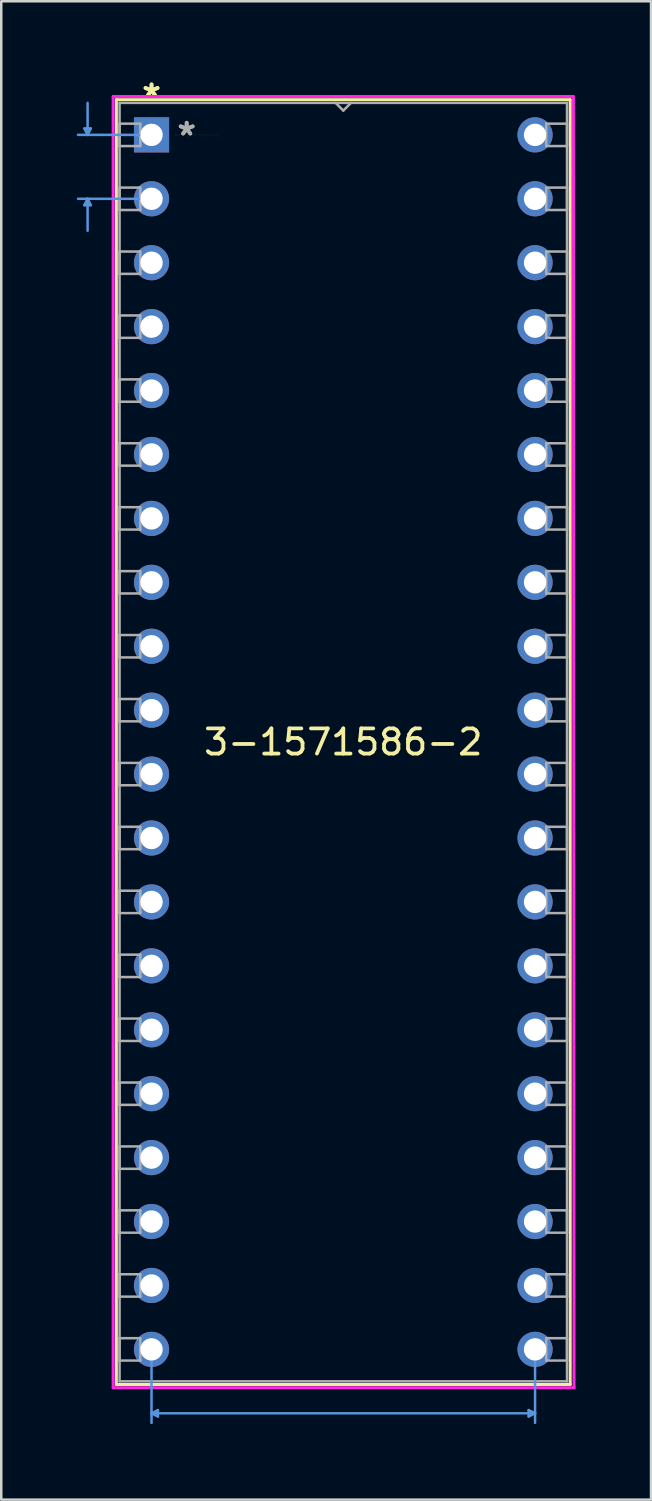
<source format=kicad_pcb>
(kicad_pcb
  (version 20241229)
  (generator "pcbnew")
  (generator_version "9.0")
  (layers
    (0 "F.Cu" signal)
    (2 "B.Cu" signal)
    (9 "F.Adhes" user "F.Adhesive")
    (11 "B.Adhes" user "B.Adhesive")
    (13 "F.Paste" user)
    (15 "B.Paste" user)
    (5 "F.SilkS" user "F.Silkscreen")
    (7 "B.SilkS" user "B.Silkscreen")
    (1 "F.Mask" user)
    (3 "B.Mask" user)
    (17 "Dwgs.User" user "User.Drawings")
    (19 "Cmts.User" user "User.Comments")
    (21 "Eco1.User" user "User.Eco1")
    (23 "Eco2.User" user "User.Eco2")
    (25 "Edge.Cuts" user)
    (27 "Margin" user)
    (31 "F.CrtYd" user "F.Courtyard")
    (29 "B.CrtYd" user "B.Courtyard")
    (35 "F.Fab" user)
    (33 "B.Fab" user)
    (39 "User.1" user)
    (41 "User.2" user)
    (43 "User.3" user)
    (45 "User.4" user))
  (footprint "3-1571586-2"
    (layer "F.Cu")
    (at 2.971 2.309)
    (property "Reference" "3-1571586-2" (at 7.62 24.13 0) (layer "F.SilkS") (effects (font (size 1 1) (thickness 0.15))))
    (attr through_hole)
    (fp_line (start -1.397 -1.397) (end -1.397 49.657) (stroke (width 0.12) (type solid)) (layer "F.SilkS"))
    (fp_line (start -1.397 49.657) (end 16.637 49.657) (stroke (width 0.12) (type solid)) (layer "F.SilkS"))
    (fp_line (start 16.637 -1.397) (end -1.397 -1.397) (stroke (width 0.12) (type solid)) (layer "F.SilkS"))
    (fp_line (start 16.637 49.657) (end 16.637 -1.397) (stroke (width 0.12) (type solid)) (layer "F.SilkS"))
    (fp_line (start -2.667 -0.254) (end -2.413 -0.254) (stroke (width 0.1) (type solid)) (layer "Cmts.User"))
    (fp_line (start -2.667 2.794) (end -2.413 2.794) (stroke (width 0.1) (type solid)) (layer "Cmts.User"))
    (fp_line (start -2.54 0) (end -2.667 -0.254) (stroke (width 0.1) (type solid)) (layer "Cmts.User"))
    (fp_line (start -2.54 0) (end -2.54 -1.27) (stroke (width 0.1) (type solid)) (layer "Cmts.User"))
    (fp_line (start -2.54 0) (end -2.413 -0.254) (stroke (width 0.1) (type solid)) (layer "Cmts.User"))
    (fp_line (start -2.54 2.54) (end -2.667 2.794) (stroke (width 0.1) (type solid)) (layer "Cmts.User"))
    (fp_line (start -2.54 2.54) (end -2.54 3.81) (stroke (width 0.1) (type solid)) (layer "Cmts.User"))
    (fp_line (start -2.54 2.54) (end -2.413 2.794) (stroke (width 0.1) (type solid)) (layer "Cmts.User"))
    (fp_line (start 0 0) (end -2.921 0) (stroke (width 0.1) (type solid)) (layer "Cmts.User"))
    (fp_line (start 0 2.54) (end -2.921 2.54) (stroke (width 0.1) (type solid)) (layer "Cmts.User"))
    (fp_line (start 0 48.26) (end 0 51.181) (stroke (width 0.1) (type solid)) (layer "Cmts.User"))
    (fp_line (start 0 50.8) (end 0.254 50.673) (stroke (width 0.1) (type solid)) (layer "Cmts.User"))
    (fp_line (start 0 50.8) (end 0.254 50.927) (stroke (width 0.1) (type solid)) (layer "Cmts.User"))
    (fp_line (start 0 50.8) (end 15.24 50.8) (stroke (width 0.1) (type solid)) (layer "Cmts.User"))
    (fp_line (start 0.254 50.673) (end 0.254 50.927) (stroke (width 0.1) (type solid)) (layer "Cmts.User"))
    (fp_line (start 14.986 50.673) (end 14.986 50.927) (stroke (width 0.1) (type solid)) (layer "Cmts.User"))
    (fp_line (start 15.24 48.26) (end 15.24 51.181) (stroke (width 0.1) (type solid)) (layer "Cmts.User"))
    (fp_line (start 15.24 50.8) (end 14.986 50.673) (stroke (width 0.1) (type solid)) (layer "Cmts.User"))
    (fp_line (start 15.24 50.8) (end 14.986 50.927) (stroke (width 0.1) (type solid)) (layer "Cmts.User"))
    (fp_line (start -1.524 -1.524) (end 16.764 -1.524) (stroke (width 0.12) (type solid)) (layer "F.CrtYd"))
    (fp_line (start -1.524 49.784) (end -1.524 -1.524) (stroke (width 0.12) (type solid)) (layer "F.CrtYd"))
    (fp_line (start 16.764 -1.524) (end 16.789 49.784) (stroke (width 0.12) (type solid)) (layer "F.CrtYd"))
    (fp_line (start 16.789 49.784) (end -1.524 49.784) (stroke (width 0.12) (type solid)) (layer "F.CrtYd"))
    (fp_line (start -1.27 -1.27) (end -1.27 49.53) (stroke (width 0.1) (type solid)) (layer "F.Fab"))
    (fp_line (start -1.27 -0.445) (end -0.445 -0.445) (stroke (width 0.1) (type solid)) (layer "F.Fab"))
    (fp_line (start -1.27 0.445) (end -1.27 -0.445) (stroke (width 0.1) (type solid)) (layer "F.Fab"))
    (fp_line (start -1.27 2.095) (end -0.445 2.095) (stroke (width 0.1) (type solid)) (layer "F.Fab"))
    (fp_line (start -1.27 2.985) (end -1.27 2.095) (stroke (width 0.1) (type solid)) (layer "F.Fab"))
    (fp_line (start -1.27 4.636) (end -0.445 4.636) (stroke (width 0.1) (type solid)) (layer "F.Fab"))
    (fp_line (start -1.27 5.524) (end -1.27 4.636) (stroke (width 0.1) (type solid)) (layer "F.Fab"))
    (fp_line (start -1.27 7.176) (end -0.445 7.176) (stroke (width 0.1) (type solid)) (layer "F.Fab"))
    (fp_line (start -1.27 8.065) (end -1.27 7.176) (stroke (width 0.1) (type solid)) (layer "F.Fab"))
    (fp_line (start -1.27 9.716) (end -0.445 9.716) (stroke (width 0.1) (type solid)) (layer "F.Fab"))
    (fp_line (start -1.27 10.604) (end -1.27 9.716) (stroke (width 0.1) (type solid)) (layer "F.Fab"))
    (fp_line (start -1.27 12.255) (end -0.445 12.255) (stroke (width 0.1) (type solid)) (layer "F.Fab"))
    (fp_line (start -1.27 13.145) (end -1.27 12.255) (stroke (width 0.1) (type solid)) (layer "F.Fab"))
    (fp_line (start -1.27 14.796) (end -0.445 14.796) (stroke (width 0.1) (type solid)) (layer "F.Fab"))
    (fp_line (start -1.27 15.684) (end -1.27 14.796) (stroke (width 0.1) (type solid)) (layer "F.Fab"))
    (fp_line (start -1.27 17.335) (end -0.445 17.335) (stroke (width 0.1) (type solid)) (layer "F.Fab"))
    (fp_line (start -1.27 18.224) (end -1.27 17.335) (stroke (width 0.1) (type solid)) (layer "F.Fab"))
    (fp_line (start -1.27 19.875) (end -0.445 19.875) (stroke (width 0.1) (type solid)) (layer "F.Fab"))
    (fp_line (start -1.27 20.765) (end -1.27 19.875) (stroke (width 0.1) (type solid)) (layer "F.Fab"))
    (fp_line (start -1.27 22.416) (end -0.445 22.416) (stroke (width 0.1) (type solid)) (layer "F.Fab"))
    (fp_line (start -1.27 23.305) (end -1.27 22.416) (stroke (width 0.1) (type solid)) (layer "F.Fab"))
    (fp_line (start -1.27 24.956) (end -0.445 24.956) (stroke (width 0.1) (type solid)) (layer "F.Fab"))
    (fp_line (start -1.27 25.845) (end -1.27 24.956) (stroke (width 0.1) (type solid)) (layer "F.Fab"))
    (fp_line (start -1.27 27.495) (end -0.445 27.495) (stroke (width 0.1) (type solid)) (layer "F.Fab"))
    (fp_line (start -1.27 28.384) (end -1.27 27.495) (stroke (width 0.1) (type solid)) (layer "F.Fab"))
    (fp_line (start -1.27 30.035) (end -0.445 30.035) (stroke (width 0.1) (type solid)) (layer "F.Fab"))
    (fp_line (start -1.27 30.924) (end -1.27 30.035) (stroke (width 0.1) (type solid)) (layer "F.Fab"))
    (fp_line (start -1.27 32.575) (end -0.445 32.575) (stroke (width 0.1) (type solid)) (layer "F.Fab"))
    (fp_line (start -1.27 33.465) (end -1.27 32.575) (stroke (width 0.1) (type solid)) (layer "F.Fab"))
    (fp_line (start -1.27 35.115) (end -0.445 35.115) (stroke (width 0.1) (type solid)) (layer "F.Fab"))
    (fp_line (start -1.27 36.005) (end -1.27 35.115) (stroke (width 0.1) (type solid)) (layer "F.Fab"))
    (fp_line (start -1.27 37.656) (end -0.445 37.656) (stroke (width 0.1) (type solid)) (layer "F.Fab"))
    (fp_line (start -1.27 38.544) (end -1.27 37.656) (stroke (width 0.1) (type solid)) (layer "F.Fab"))
    (fp_line (start -1.27 40.196) (end -0.445 40.196) (stroke (width 0.1) (type solid)) (layer "F.Fab"))
    (fp_line (start -1.27 41.084) (end -1.27 40.196) (stroke (width 0.1) (type solid)) (layer "F.Fab"))
    (fp_line (start -1.27 42.736) (end -0.445 42.736) (stroke (width 0.1) (type solid)) (layer "F.Fab"))
    (fp_line (start -1.27 43.624) (end -1.27 42.736) (stroke (width 0.1) (type solid)) (layer "F.Fab"))
    (fp_line (start -1.27 45.276) (end -0.445 45.276) (stroke (width 0.1) (type solid)) (layer "F.Fab"))
    (fp_line (start -1.27 46.164) (end -1.27 45.276) (stroke (width 0.1) (type solid)) (layer "F.Fab"))
    (fp_line (start -1.27 47.816) (end -0.445 47.816) (stroke (width 0.1) (type solid)) (layer "F.Fab"))
    (fp_line (start -1.27 48.705) (end -1.27 47.816) (stroke (width 0.1) (type solid)) (layer "F.Fab"))
    (fp_line (start -1.27 49.53) (end 16.51 49.53) (stroke (width 0.1) (type solid)) (layer "F.Fab"))
    (fp_line (start -0.445 -0.445) (end -0.445 0.445) (stroke (width 0.1) (type solid)) (layer "F.Fab"))
    (fp_line (start -0.445 0.445) (end -1.27 0.445) (stroke (width 0.1) (type solid)) (layer "F.Fab"))
    (fp_line (start -0.445 2.095) (end -0.445 2.985) (stroke (width 0.1) (type solid)) (layer "F.Fab"))
    (fp_line (start -0.445 2.985) (end -1.27 2.985) (stroke (width 0.1) (type solid)) (layer "F.Fab"))
    (fp_line (start -0.445 4.636) (end -0.445 5.524) (stroke (width 0.1) (type solid)) (layer "F.Fab"))
    (fp_line (start -0.445 5.524) (end -1.27 5.524) (stroke (width 0.1) (type solid)) (layer "F.Fab"))
    (fp_line (start -0.445 7.176) (end -0.445 8.065) (stroke (width 0.1) (type solid)) (layer "F.Fab"))
    (fp_line (start -0.445 8.065) (end -1.27 8.065) (stroke (width 0.1) (type solid)) (layer "F.Fab"))
    (fp_line (start -0.445 9.716) (end -0.445 10.604) (stroke (width 0.1) (type solid)) (layer "F.Fab"))
    (fp_line (start -0.445 10.604) (end -1.27 10.604) (stroke (width 0.1) (type solid)) (layer "F.Fab"))
    (fp_line (start -0.445 12.255) (end -0.445 13.145) (stroke (width 0.1) (type solid)) (layer "F.Fab"))
    (fp_line (start -0.445 13.145) (end -1.27 13.145) (stroke (width 0.1) (type solid)) (layer "F.Fab"))
    (fp_line (start -0.445 14.796) (end -0.445 15.684) (stroke (width 0.1) (type solid)) (layer "F.Fab"))
    (fp_line (start -0.445 15.684) (end -1.27 15.684) (stroke (width 0.1) (type solid)) (layer "F.Fab"))
    (fp_line (start -0.445 17.335) (end -0.445 18.224) (stroke (width 0.1) (type solid)) (layer "F.Fab"))
    (fp_line (start -0.445 18.224) (end -1.27 18.224) (stroke (width 0.1) (type solid)) (layer "F.Fab"))
    (fp_line (start -0.445 19.875) (end -0.445 20.765) (stroke (width 0.1) (type solid)) (layer "F.Fab"))
    (fp_line (start -0.445 20.765) (end -1.27 20.765) (stroke (width 0.1) (type solid)) (layer "F.Fab"))
    (fp_line (start -0.445 22.416) (end -0.445 23.305) (stroke (width 0.1) (type solid)) (layer "F.Fab"))
    (fp_line (start -0.445 23.305) (end -1.27 23.305) (stroke (width 0.1) (type solid)) (layer "F.Fab"))
    (fp_line (start -0.445 24.956) (end -0.445 25.845) (stroke (width 0.1) (type solid)) (layer "F.Fab"))
    (fp_line (start -0.445 25.845) (end -1.27 25.845) (stroke (width 0.1) (type solid)) (layer "F.Fab"))
    (fp_line (start -0.445 27.495) (end -0.445 28.384) (stroke (width 0.1) (type solid)) (layer "F.Fab"))
    (fp_line (start -0.445 28.384) (end -1.27 28.384) (stroke (width 0.1) (type solid)) (layer "F.Fab"))
    (fp_line (start -0.445 30.035) (end -0.445 30.924) (stroke (width 0.1) (type solid)) (layer "F.Fab"))
    (fp_line (start -0.445 30.924) (end -1.27 30.924) (stroke (width 0.1) (type solid)) (layer "F.Fab"))
    (fp_line (start -0.445 32.575) (end -0.445 33.465) (stroke (width 0.1) (type solid)) (layer "F.Fab"))
    (fp_line (start -0.445 33.465) (end -1.27 33.465) (stroke (width 0.1) (type solid)) (layer "F.Fab"))
    (fp_line (start -0.445 35.115) (end -0.445 36.005) (stroke (width 0.1) (type solid)) (layer "F.Fab"))
    (fp_line (start -0.445 36.005) (end -1.27 36.005) (stroke (width 0.1) (type solid)) (layer "F.Fab"))
    (fp_line (start -0.445 37.656) (end -0.445 38.544) (stroke (width 0.1) (type solid)) (layer "F.Fab"))
    (fp_line (start -0.445 38.544) (end -1.27 38.544) (stroke (width 0.1) (type solid)) (layer "F.Fab"))
    (fp_line (start -0.445 40.196) (end -0.445 41.084) (stroke (width 0.1) (type solid)) (layer "F.Fab"))
    (fp_line (start -0.445 41.084) (end -1.27 41.084) (stroke (width 0.1) (type solid)) (layer "F.Fab"))
    (fp_line (start -0.445 42.736) (end -0.445 43.624) (stroke (width 0.1) (type solid)) (layer "F.Fab"))
    (fp_line (start -0.445 43.624) (end -1.27 43.624) (stroke (width 0.1) (type solid)) (layer "F.Fab"))
    (fp_line (start -0.445 45.276) (end -0.445 46.164) (stroke (width 0.1) (type solid)) (layer "F.Fab"))
    (fp_line (start -0.445 46.164) (end -1.27 46.164) (stroke (width 0.1) (type solid)) (layer "F.Fab"))
    (fp_line (start -0.445 47.816) (end -0.445 48.705) (stroke (width 0.1) (type solid)) (layer "F.Fab"))
    (fp_line (start -0.445 48.705) (end -1.27 48.705) (stroke (width 0.1) (type solid)) (layer "F.Fab"))
    (fp_line (start 7.315 -1.27) (end 7.62 -0.965) (stroke (width 0.1) (type solid)) (layer "F.Fab"))
    (fp_line (start 7.62 -0.965) (end 7.925 -1.27) (stroke (width 0.1) (type solid)) (layer "F.Fab"))
    (fp_line (start 15.684 -0.445) (end 16.51 -0.445) (stroke (width 0.1) (type solid)) (layer "F.Fab"))
    (fp_line (start 15.684 0.445) (end 15.684 -0.445) (stroke (width 0.1) (type solid)) (layer "F.Fab"))
    (fp_line (start 15.684 2.095) (end 16.51 2.095) (stroke (width 0.1) (type solid)) (layer "F.Fab"))
    (fp_line (start 15.684 2.985) (end 15.684 2.095) (stroke (width 0.1) (type solid)) (layer "F.Fab"))
    (fp_line (start 15.684 4.636) (end 16.51 4.636) (stroke (width 0.1) (type solid)) (layer "F.Fab"))
    (fp_line (start 15.684 5.524) (end 15.684 4.636) (stroke (width 0.1) (type solid)) (layer "F.Fab"))
    (fp_line (start 15.684 7.176) (end 16.51 7.176) (stroke (width 0.1) (type solid)) (layer "F.Fab"))
    (fp_line (start 15.684 8.065) (end 15.684 7.176) (stroke (width 0.1) (type solid)) (layer "F.Fab"))
    (fp_line (start 15.684 9.716) (end 16.51 9.716) (stroke (width 0.1) (type solid)) (layer "F.Fab"))
    (fp_line (start 15.684 10.604) (end 15.684 9.716) (stroke (width 0.1) (type solid)) (layer "F.Fab"))
    (fp_line (start 15.684 12.255) (end 16.51 12.255) (stroke (width 0.1) (type solid)) (layer "F.Fab"))
    (fp_line (start 15.684 13.145) (end 15.684 12.255) (stroke (width 0.1) (type solid)) (layer "F.Fab"))
    (fp_line (start 15.684 14.796) (end 16.51 14.796) (stroke (width 0.1) (type solid)) (layer "F.Fab"))
    (fp_line (start 15.684 15.684) (end 15.684 14.796) (stroke (width 0.1) (type solid)) (layer "F.Fab"))
    (fp_line (start 15.684 17.335) (end 16.51 17.335) (stroke (width 0.1) (type solid)) (layer "F.Fab"))
    (fp_line (start 15.684 18.224) (end 15.684 17.335) (stroke (width 0.1) (type solid)) (layer "F.Fab"))
    (fp_line (start 15.684 19.875) (end 16.51 19.875) (stroke (width 0.1) (type solid)) (layer "F.Fab"))
    (fp_line (start 15.684 20.765) (end 15.684 19.875) (stroke (width 0.1) (type solid)) (layer "F.Fab"))
    (fp_line (start 15.684 22.416) (end 16.51 22.416) (stroke (width 0.1) (type solid)) (layer "F.Fab"))
    (fp_line (start 15.684 23.305) (end 15.684 22.416) (stroke (width 0.1) (type solid)) (layer "F.Fab"))
    (fp_line (start 15.684 24.956) (end 16.51 24.956) (stroke (width 0.1) (type solid)) (layer "F.Fab"))
    (fp_line (start 15.684 25.845) (end 15.684 24.956) (stroke (width 0.1) (type solid)) (layer "F.Fab"))
    (fp_line (start 15.684 27.495) (end 16.51 27.495) (stroke (width 0.1) (type solid)) (layer "F.Fab"))
    (fp_line (start 15.684 28.384) (end 15.684 27.495) (stroke (width 0.1) (type solid)) (layer "F.Fab"))
    (fp_line (start 15.684 30.035) (end 16.51 30.035) (stroke (width 0.1) (type solid)) (layer "F.Fab"))
    (fp_line (start 15.684 30.924) (end 15.684 30.035) (stroke (width 0.1) (type solid)) (layer "F.Fab"))
    (fp_line (start 15.684 32.575) (end 16.51 32.575) (stroke (width 0.1) (type solid)) (layer "F.Fab"))
    (fp_line (start 15.684 33.465) (end 15.684 32.575) (stroke (width 0.1) (type solid)) (layer "F.Fab"))
    (fp_line (start 15.684 35.115) (end 16.51 35.115) (stroke (width 0.1) (type solid)) (layer "F.Fab"))
    (fp_line (start 15.684 36.005) (end 15.684 35.115) (stroke (width 0.1) (type solid)) (layer "F.Fab"))
    (fp_line (start 15.684 37.656) (end 16.51 37.656) (stroke (width 0.1) (type solid)) (layer "F.Fab"))
    (fp_line (start 15.684 38.544) (end 15.684 37.656) (stroke (width 0.1) (type solid)) (layer "F.Fab"))
    (fp_line (start 15.684 40.196) (end 16.51 40.196) (stroke (width 0.1) (type solid)) (layer "F.Fab"))
    (fp_line (start 15.684 41.084) (end 15.684 40.196) (stroke (width 0.1) (type solid)) (layer "F.Fab"))
    (fp_line (start 15.684 42.736) (end 16.51 42.736) (stroke (width 0.1) (type solid)) (layer "F.Fab"))
    (fp_line (start 15.684 43.624) (end 15.684 42.736) (stroke (width 0.1) (type solid)) (layer "F.Fab"))
    (fp_line (start 15.684 45.276) (end 16.51 45.276) (stroke (width 0.1) (type solid)) (layer "F.Fab"))
    (fp_line (start 15.684 46.164) (end 15.684 45.276) (stroke (width 0.1) (type solid)) (layer "F.Fab"))
    (fp_line (start 15.684 47.816) (end 16.51 47.816) (stroke (width 0.1) (type solid)) (layer "F.Fab"))
    (fp_line (start 15.684 48.705) (end 15.684 47.816) (stroke (width 0.1) (type solid)) (layer "F.Fab"))
    (fp_line (start 16.51 -1.27) (end -1.27 -1.27) (stroke (width 0.1) (type solid)) (layer "F.Fab"))
    (fp_line (start 16.51 -0.445) (end 16.51 0.445) (stroke (width 0.1) (type solid)) (layer "F.Fab"))
    (fp_line (start 16.51 0.445) (end 15.684 0.445) (stroke (width 0.1) (type solid)) (layer "F.Fab"))
    (fp_line (start 16.51 2.095) (end 16.51 2.985) (stroke (width 0.1) (type solid)) (layer "F.Fab"))
    (fp_line (start 16.51 2.985) (end 15.684 2.985) (stroke (width 0.1) (type solid)) (layer "F.Fab"))
    (fp_line (start 16.51 4.636) (end 16.51 5.524) (stroke (width 0.1) (type solid)) (layer "F.Fab"))
    (fp_line (start 16.51 5.524) (end 15.684 5.524) (stroke (width 0.1) (type solid)) (layer "F.Fab"))
    (fp_line (start 16.51 7.176) (end 16.51 8.065) (stroke (width 0.1) (type solid)) (layer "F.Fab"))
    (fp_line (start 16.51 8.065) (end 15.684 8.065) (stroke (width 0.1) (type solid)) (layer "F.Fab"))
    (fp_line (start 16.51 9.716) (end 16.51 10.604) (stroke (width 0.1) (type solid)) (layer "F.Fab"))
    (fp_line (start 16.51 10.604) (end 15.684 10.604) (stroke (width 0.1) (type solid)) (layer "F.Fab"))
    (fp_line (start 16.51 12.255) (end 16.51 13.145) (stroke (width 0.1) (type solid)) (layer "F.Fab"))
    (fp_line (start 16.51 13.145) (end 15.684 13.145) (stroke (width 0.1) (type solid)) (layer "F.Fab"))
    (fp_line (start 16.51 14.796) (end 16.51 15.684) (stroke (width 0.1) (type solid)) (layer "F.Fab"))
    (fp_line (start 16.51 15.684) (end 15.684 15.684) (stroke (width 0.1) (type solid)) (layer "F.Fab"))
    (fp_line (start 16.51 17.335) (end 16.51 18.224) (stroke (width 0.1) (type solid)) (layer "F.Fab"))
    (fp_line (start 16.51 18.224) (end 15.684 18.224) (stroke (width 0.1) (type solid)) (layer "F.Fab"))
    (fp_line (start 16.51 19.875) (end 16.51 20.765) (stroke (width 0.1) (type solid)) (layer "F.Fab"))
    (fp_line (start 16.51 20.765) (end 15.684 20.765) (stroke (width 0.1) (type solid)) (layer "F.Fab"))
    (fp_line (start 16.51 22.416) (end 16.51 23.305) (stroke (width 0.1) (type solid)) (layer "F.Fab"))
    (fp_line (start 16.51 23.305) (end 15.684 23.305) (stroke (width 0.1) (type solid)) (layer "F.Fab"))
    (fp_line (start 16.51 24.956) (end 16.51 25.845) (stroke (width 0.1) (type solid)) (layer "F.Fab"))
    (fp_line (start 16.51 25.845) (end 15.684 25.845) (stroke (width 0.1) (type solid)) (layer "F.Fab"))
    (fp_line (start 16.51 27.495) (end 16.51 28.384) (stroke (width 0.1) (type solid)) (layer "F.Fab"))
    (fp_line (start 16.51 28.384) (end 15.684 28.384) (stroke (width 0.1) (type solid)) (layer "F.Fab"))
    (fp_line (start 16.51 30.035) (end 16.51 30.924) (stroke (width 0.1) (type solid)) (layer "F.Fab"))
    (fp_line (start 16.51 30.924) (end 15.684 30.924) (stroke (width 0.1) (type solid)) (layer "F.Fab"))
    (fp_line (start 16.51 32.575) (end 16.51 33.465) (stroke (width 0.1) (type solid)) (layer "F.Fab"))
    (fp_line (start 16.51 33.465) (end 15.684 33.465) (stroke (width 0.1) (type solid)) (layer "F.Fab"))
    (fp_line (start 16.51 35.115) (end 16.51 36.005) (stroke (width 0.1) (type solid)) (layer "F.Fab"))
    (fp_line (start 16.51 36.005) (end 15.684 36.005) (stroke (width 0.1) (type solid)) (layer "F.Fab"))
    (fp_line (start 16.51 37.656) (end 16.51 38.544) (stroke (width 0.1) (type solid)) (layer "F.Fab"))
    (fp_line (start 16.51 38.544) (end 15.684 38.544) (stroke (width 0.1) (type solid)) (layer "F.Fab"))
    (fp_line (start 16.51 40.196) (end 16.51 41.084) (stroke (width 0.1) (type solid)) (layer "F.Fab"))
    (fp_line (start 16.51 41.084) (end 15.684 41.084) (stroke (width 0.1) (type solid)) (layer "F.Fab"))
    (fp_line (start 16.51 42.736) (end 16.51 43.624) (stroke (width 0.1) (type solid)) (layer "F.Fab"))
    (fp_line (start 16.51 43.624) (end 15.684 43.624) (stroke (width 0.1) (type solid)) (layer "F.Fab"))
    (fp_line (start 16.51 45.276) (end 16.51 46.164) (stroke (width 0.1) (type solid)) (layer "F.Fab"))
    (fp_line (start 16.51 46.164) (end 15.684 46.164) (stroke (width 0.1) (type solid)) (layer "F.Fab"))
    (fp_line (start 16.51 47.816) (end 16.51 48.705) (stroke (width 0.1) (type solid)) (layer "F.Fab"))
    (fp_line (start 16.51 48.705) (end 15.684 48.705) (stroke (width 0.1) (type solid)) (layer "F.Fab"))
    (fp_line (start 16.51 49.53) (end 16.51 -1.27) (stroke (width 0.1) (type solid)) (layer "F.Fab"))
    (fp_text user "*" (at 0 -1.46 0) (layer "F.SilkS") (effects (font (size 1 1) (thickness 0.15))))
    (fp_text user "*" (at 0 -1.46 0) (layer "F.SilkS") (effects (font (size 1 1) (thickness 0.15))))
    (fp_text user "Copyright 2021 Accelerated Designs. All rights reserved." (at 0 0 0) (layer "Cmts.User") (effects (font (size 0.127 0.127) (thickness 0.002))))
    (fp_text user "*" (at 1.397 0.064 0) (layer "F.Fab") (effects (font (size 1 1) (thickness 0.15))))
    (fp_text user "*" (at 1.397 0.064 0) (layer "F.Fab") (effects (font (size 1 1) (thickness 0.15))))
    (pad "1" thru_hole rect (at 0 0) (size 1.397 1.397) (drill 0.889) (layers "*.Cu" "*.Mask"))
    (pad "2" thru_hole circle (at 0 2.54) (size 1.397 1.397) (drill 0.889) (layers "*.Cu" "*.Mask"))
    (pad "3" thru_hole circle (at 0 5.08) (size 1.397 1.397) (drill 0.889) (layers "*.Cu" "*.Mask"))
    (pad "4" thru_hole circle (at 0 7.62) (size 1.397 1.397) (drill 0.889) (layers "*.Cu" "*.Mask"))
    (pad "5" thru_hole circle (at 0 10.16) (size 1.397 1.397) (drill 0.889) (layers "*.Cu" "*.Mask"))
    (pad "6" thru_hole circle (at 0 12.7) (size 1.397 1.397) (drill 0.889) (layers "*.Cu" "*.Mask"))
    (pad "7" thru_hole circle (at 0 15.24) (size 1.397 1.397) (drill 0.889) (layers "*.Cu" "*.Mask"))
    (pad "8" thru_hole circle (at 0 17.78) (size 1.397 1.397) (drill 0.889) (layers "*.Cu" "*.Mask"))
    (pad "9" thru_hole circle (at 0 20.32) (size 1.397 1.397) (drill 0.889) (layers "*.Cu" "*.Mask"))
    (pad "10" thru_hole circle (at 0 22.86) (size 1.397 1.397) (drill 0.889) (layers "*.Cu" "*.Mask"))
    (pad "11" thru_hole circle (at 0 25.4) (size 1.397 1.397) (drill 0.889) (layers "*.Cu" "*.Mask"))
    (pad "12" thru_hole circle (at 0 27.94) (size 1.397 1.397) (drill 0.889) (layers "*.Cu" "*.Mask"))
    (pad "13" thru_hole circle (at 0 30.48) (size 1.397 1.397) (drill 0.889) (layers "*.Cu" "*.Mask"))
    (pad "14" thru_hole circle (at 0 33.02) (size 1.397 1.397) (drill 0.889) (layers "*.Cu" "*.Mask"))
    (pad "15" thru_hole circle (at 0 35.56) (size 1.397 1.397) (drill 0.889) (layers "*.Cu" "*.Mask"))
    (pad "16" thru_hole circle (at 0 38.1) (size 1.397 1.397) (drill 0.889) (layers "*.Cu" "*.Mask"))
    (pad "17" thru_hole circle (at 0 40.64) (size 1.397 1.397) (drill 0.889) (layers "*.Cu" "*.Mask"))
    (pad "18" thru_hole circle (at 0 43.18) (size 1.397 1.397) (drill 0.889) (layers "*.Cu" "*.Mask"))
    (pad "19" thru_hole circle (at 0 45.72) (size 1.397 1.397) (drill 0.889) (layers "*.Cu" "*.Mask"))
    (pad "20" thru_hole circle (at 0 48.26) (size 1.397 1.397) (drill 0.889) (layers "*.Cu" "*.Mask"))
    (pad "21" thru_hole circle (at 15.24 48.26) (size 1.397 1.397) (drill 0.889) (layers "*.Cu" "*.Mask"))
    (pad "22" thru_hole circle (at 15.24 45.72) (size 1.397 1.397) (drill 0.889) (layers "*.Cu" "*.Mask"))
    (pad "23" thru_hole circle (at 15.24 43.18) (size 1.397 1.397) (drill 0.889) (layers "*.Cu" "*.Mask"))
    (pad "24" thru_hole circle (at 15.24 40.64) (size 1.397 1.397) (drill 0.889) (layers "*.Cu" "*.Mask"))
    (pad "25" thru_hole circle (at 15.24 38.1) (size 1.397 1.397) (drill 0.889) (layers "*.Cu" "*.Mask"))
    (pad "26" thru_hole circle (at 15.24 35.56) (size 1.397 1.397) (drill 0.889) (layers "*.Cu" "*.Mask"))
    (pad "27" thru_hole circle (at 15.24 33.02) (size 1.397 1.397) (drill 0.889) (layers "*.Cu" "*.Mask"))
    (pad "28" thru_hole circle (at 15.24 30.48) (size 1.397 1.397) (drill 0.889) (layers "*.Cu" "*.Mask"))
    (pad "29" thru_hole circle (at 15.24 27.94) (size 1.397 1.397) (drill 0.889) (layers "*.Cu" "*.Mask"))
    (pad "30" thru_hole circle (at 15.24 25.4) (size 1.397 1.397) (drill 0.889) (layers "*.Cu" "*.Mask"))
    (pad "31" thru_hole circle (at 15.24 22.86) (size 1.397 1.397) (drill 0.889) (layers "*.Cu" "*.Mask"))
    (pad "32" thru_hole circle (at 15.24 20.32) (size 1.397 1.397) (drill 0.889) (layers "*.Cu" "*.Mask"))
    (pad "33" thru_hole circle (at 15.24 17.78) (size 1.397 1.397) (drill 0.889) (layers "*.Cu" "*.Mask"))
    (pad "34" thru_hole circle (at 15.24 15.24) (size 1.397 1.397) (drill 0.889) (layers "*.Cu" "*.Mask"))
    (pad "35" thru_hole circle (at 15.24 12.7) (size 1.397 1.397) (drill 0.889) (layers "*.Cu" "*.Mask"))
    (pad "36" thru_hole circle (at 15.24 10.16) (size 1.397 1.397) (drill 0.889) (layers "*.Cu" "*.Mask"))
    (pad "37" thru_hole circle (at 15.24 7.62) (size 1.397 1.397) (drill 0.889) (layers "*.Cu" "*.Mask"))
    (pad "38" thru_hole circle (at 15.24 5.08) (size 1.397 1.397) (drill 0.889) (layers "*.Cu" "*.Mask"))
    (pad "39" thru_hole circle (at 15.24 2.54) (size 1.397 1.397) (drill 0.889) (layers "*.Cu" "*.Mask"))
    (pad "40" thru_hole circle (at 15.24 0) (size 1.397 1.397) (drill 0.889) (layers "*.Cu" "*.Mask")))
  (gr_rect
    (start -3 -3)
    (end 22.82 56.54)
    (stroke (width 0.1) (type default))
    (fill no)
    (layer "Edge.Cuts")))
</source>
